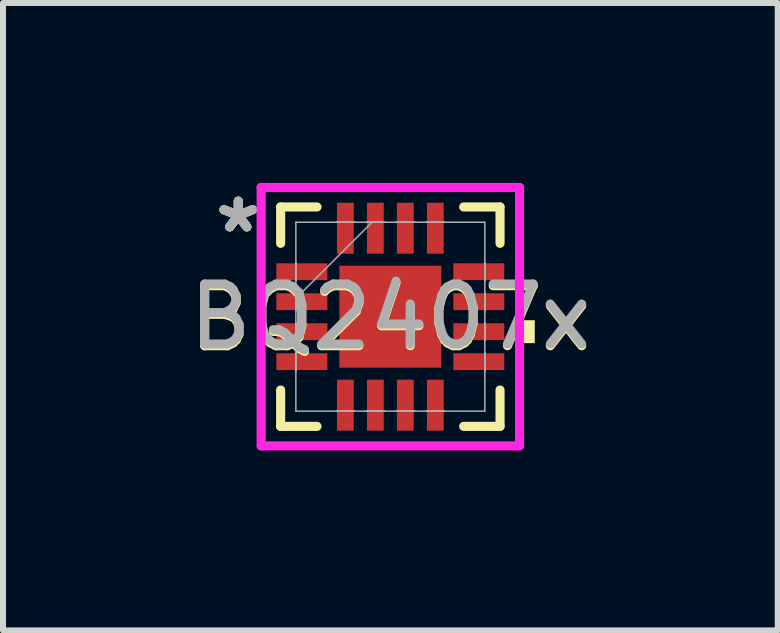
<source format=kicad_pcb>
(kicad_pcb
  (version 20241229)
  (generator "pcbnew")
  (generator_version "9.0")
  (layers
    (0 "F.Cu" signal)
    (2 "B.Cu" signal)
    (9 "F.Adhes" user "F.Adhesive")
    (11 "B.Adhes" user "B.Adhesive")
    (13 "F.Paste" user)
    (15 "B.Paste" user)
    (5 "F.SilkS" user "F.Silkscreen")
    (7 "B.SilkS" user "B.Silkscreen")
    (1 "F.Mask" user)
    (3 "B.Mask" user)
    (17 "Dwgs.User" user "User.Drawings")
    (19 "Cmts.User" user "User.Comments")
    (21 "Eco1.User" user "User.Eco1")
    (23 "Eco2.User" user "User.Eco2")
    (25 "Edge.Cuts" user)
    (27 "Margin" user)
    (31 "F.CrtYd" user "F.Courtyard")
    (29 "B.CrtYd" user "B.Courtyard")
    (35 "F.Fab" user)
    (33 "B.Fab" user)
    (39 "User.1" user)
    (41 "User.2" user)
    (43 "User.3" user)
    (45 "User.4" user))
  (footprint "BQ2407x"
    (layer "F.Cu")
    (at 3.458 2.23)
    (property "Reference" "BQ2407x" (at 0 0.03 0) (unlocked yes) (layer "F.SilkS") (effects (font (size 1 1) (thickness 0.15))))
    (attr smd)
    (fp_poly (pts (xy -1.97 -0.96) (xy -1.97 -0.54) (xy -0.98 -0.54) (xy -0.98 -0.96)) (stroke (width 0) (type solid)) (fill yes) (layer "F.Mask"))
    (fp_poly (pts (xy -1.97 -0.46) (xy -1.97 -0.04) (xy -0.98 -0.04) (xy -0.98 -0.46)) (stroke (width 0) (type solid)) (fill yes) (layer "F.Mask"))
    (fp_poly (pts (xy -1.97 0.04) (xy -1.97 0.46) (xy -0.98 0.46) (xy -0.98 0.04)) (stroke (width 0) (type solid)) (fill yes) (layer "F.Mask"))
    (fp_poly (pts (xy -1.97 0.54) (xy -1.97 0.96) (xy -0.98 0.96) (xy -0.98 0.54)) (stroke (width 0) (type solid)) (fill yes) (layer "F.Mask"))
    (fp_poly (pts (xy -0.96 -1.97) (xy -0.96 -0.98) (xy -0.541 -0.98) (xy -0.541 -1.97)) (stroke (width 0) (type solid)) (fill yes) (layer "F.Mask"))
    (fp_poly (pts (xy -0.96 0.98) (xy -0.96 1.97) (xy -0.541 1.97) (xy -0.541 0.98)) (stroke (width 0) (type solid)) (fill yes) (layer "F.Mask"))
    (fp_poly (pts (xy -0.913 -0.913) (xy -0.594 -0.913) (xy -0.594 0.913) (xy -0.913 0.913)) (stroke (width 0) (type solid)) (fill yes) (layer "F.Mask"))
    (fp_poly (pts (xy -0.913 -0.913) (xy 0.913 -0.913) (xy 0.913 -0.594) (xy -0.913 -0.594)) (stroke (width 0) (type solid)) (fill yes) (layer "F.Mask"))
    (fp_poly (pts (xy -0.913 -0.194) (xy 0.913 -0.194) (xy 0.913 0.194) (xy -0.913 0.194)) (stroke (width 0) (type solid)) (fill yes) (layer "F.Mask"))
    (fp_poly (pts (xy -0.913 0.594) (xy 0.913 0.594) (xy 0.913 0.913) (xy -0.913 0.913)) (stroke (width 0) (type solid)) (fill yes) (layer "F.Mask"))
    (fp_poly (pts (xy -0.46 -1.97) (xy -0.46 -0.98) (xy -0.04 -0.98) (xy -0.04 -1.97)) (stroke (width 0) (type solid)) (fill yes) (layer "F.Mask"))
    (fp_poly (pts (xy -0.46 0.98) (xy -0.46 1.97) (xy -0.04 1.97) (xy -0.04 0.98)) (stroke (width 0) (type solid)) (fill yes) (layer "F.Mask"))
    (fp_poly (pts (xy 0.04 -1.97) (xy 0.04 -0.98) (xy 0.46 -0.98) (xy 0.46 -1.97)) (stroke (width 0) (type solid)) (fill yes) (layer "F.Mask"))
    (fp_poly (pts (xy 0.04 0.98) (xy 0.04 1.97) (xy 0.46 1.97) (xy 0.46 0.98)) (stroke (width 0) (type solid)) (fill yes) (layer "F.Mask"))
    (fp_poly (pts (xy 0.194 -0.913) (xy -0.194 -0.913) (xy -0.194 0.913) (xy 0.194 0.913)) (stroke (width 0) (type solid)) (fill yes) (layer "F.Mask"))
    (fp_poly (pts (xy 0.541 -1.97) (xy 0.541 -0.98) (xy 0.96 -0.98) (xy 0.96 -1.97)) (stroke (width 0) (type solid)) (fill yes) (layer "F.Mask"))
    (fp_poly (pts (xy 0.541 0.98) (xy 0.541 1.97) (xy 0.96 1.97) (xy 0.96 0.98)) (stroke (width 0) (type solid)) (fill yes) (layer "F.Mask"))
    (fp_poly (pts (xy 0.594 -0.913) (xy 0.913 -0.913) (xy 0.913 0.913) (xy 0.594 0.913)) (stroke (width 0) (type solid)) (fill yes) (layer "F.Mask"))
    (fp_poly (pts (xy 0.98 -0.96) (xy 0.98 -0.54) (xy 1.97 -0.54) (xy 1.97 -0.96)) (stroke (width 0) (type solid)) (fill yes) (layer "F.Mask"))
    (fp_poly (pts (xy 0.98 -0.46) (xy 0.98 -0.04) (xy 1.97 -0.04) (xy 1.97 -0.46)) (stroke (width 0) (type solid)) (fill yes) (layer "F.Mask"))
    (fp_poly (pts (xy 0.98 0.04) (xy 0.98 0.46) (xy 1.97 0.46) (xy 1.97 0.04)) (stroke (width 0) (type solid)) (fill yes) (layer "F.Mask"))
    (fp_poly (pts (xy 0.98 0.54) (xy 0.98 0.96) (xy 1.97 0.96) (xy 1.97 0.54)) (stroke (width 0) (type solid)) (fill yes) (layer "F.Mask"))
    (fp_line (start -1.829 -1.829) (end -1.829 -1.223) (stroke (width 0.152) (type solid)) (layer "F.SilkS"))
    (fp_line (start -1.829 1.223) (end -1.829 1.829) (stroke (width 0.152) (type solid)) (layer "F.SilkS"))
    (fp_line (start -1.829 1.829) (end -1.223 1.829) (stroke (width 0.152) (type solid)) (layer "F.SilkS"))
    (fp_line (start -1.223 -1.829) (end -1.829 -1.829) (stroke (width 0.152) (type solid)) (layer "F.SilkS"))
    (fp_line (start 1.223 1.829) (end 1.829 1.829) (stroke (width 0.152) (type solid)) (layer "F.SilkS"))
    (fp_line (start 1.829 -1.829) (end 1.223 -1.829) (stroke (width 0.152) (type solid)) (layer "F.SilkS"))
    (fp_line (start 1.829 -1.223) (end 1.829 -1.829) (stroke (width 0.152) (type solid)) (layer "F.SilkS"))
    (fp_line (start 1.829 1.829) (end 1.829 1.223) (stroke (width 0.152) (type solid)) (layer "F.SilkS"))
    (fp_poly (pts (xy 2.408 0.059) (xy 2.408 0.441) (xy 2.154 0.441) (xy 2.154 0.059)) (stroke (width 0) (type solid)) (fill yes) (layer "F.SilkS"))
    (fp_poly (pts (xy -1.875 -0.865) (xy -1.875 -0.635) (xy -1.075 -0.635) (xy -1.075 -0.865)) (stroke (width 0) (type solid)) (fill yes) (layer "F.Paste"))
    (fp_poly (pts (xy -1.875 -0.365) (xy -1.875 -0.135) (xy -1.075 -0.135) (xy -1.075 -0.365)) (stroke (width 0) (type solid)) (fill yes) (layer "F.Paste"))
    (fp_poly (pts (xy -1.875 0.135) (xy -1.875 0.365) (xy -1.075 0.365) (xy -1.075 0.135)) (stroke (width 0) (type solid)) (fill yes) (layer "F.Paste"))
    (fp_poly (pts (xy -1.875 0.635) (xy -1.875 0.865) (xy -1.075 0.865) (xy -1.075 0.635)) (stroke (width 0) (type solid)) (fill yes) (layer "F.Paste"))
    (fp_poly (pts (xy -0.865 -1.875) (xy -0.865 -1.075) (xy -0.635 -1.075) (xy -0.635 -1.875)) (stroke (width 0) (type solid)) (fill yes) (layer "F.Paste"))
    (fp_poly (pts (xy -0.865 1.075) (xy -0.865 1.875) (xy -0.635 1.875) (xy -0.635 1.075)) (stroke (width 0) (type solid)) (fill yes) (layer "F.Paste"))
    (fp_poly (pts (xy -0.365 -1.875) (xy -0.365 -1.075) (xy -0.135 -1.075) (xy -0.135 -1.875)) (stroke (width 0) (type solid)) (fill yes) (layer "F.Paste"))
    (fp_poly (pts (xy -0.365 1.075) (xy -0.365 1.875) (xy -0.135 1.875) (xy -0.135 1.075)) (stroke (width 0) (type solid)) (fill yes) (layer "F.Paste"))
    (fp_poly (pts (xy 0.135 -1.875) (xy 0.135 -1.075) (xy 0.365 -1.075) (xy 0.365 -1.875)) (stroke (width 0) (type solid)) (fill yes) (layer "F.Paste"))
    (fp_poly (pts (xy 0.135 1.075) (xy 0.135 1.875) (xy 0.365 1.875) (xy 0.365 1.075)) (stroke (width 0) (type solid)) (fill yes) (layer "F.Paste"))
    (fp_poly (pts (xy 0.635 -1.875) (xy 0.635 -1.075) (xy 0.865 -1.075) (xy 0.865 -1.875)) (stroke (width 0) (type solid)) (fill yes) (layer "F.Paste"))
    (fp_poly (pts (xy 0.635 1.075) (xy 0.635 1.875) (xy 0.865 1.875) (xy 0.865 1.075)) (stroke (width 0) (type solid)) (fill yes) (layer "F.Paste"))
    (fp_poly (pts (xy 1.075 -0.865) (xy 1.075 -0.635) (xy 1.875 -0.635) (xy 1.875 -0.865)) (stroke (width 0) (type solid)) (fill yes) (layer "F.Paste"))
    (fp_poly (pts (xy 1.075 -0.365) (xy 1.075 -0.135) (xy 1.875 -0.135) (xy 1.875 -0.365)) (stroke (width 0) (type solid)) (fill yes) (layer "F.Paste"))
    (fp_poly (pts (xy 1.075 0.135) (xy 1.075 0.365) (xy 1.875 0.365) (xy 1.875 0.135)) (stroke (width 0) (type solid)) (fill yes) (layer "F.Paste"))
    (fp_poly (pts (xy 1.075 0.635) (xy 1.075 0.865) (xy 1.875 0.865) (xy 1.875 0.635)) (stroke (width 0) (type solid)) (fill yes) (layer "F.Paste"))
    (fp_poly (pts (xy -0.775 -0.775) (xy -0.775 -0.494) (xy -0.635 -0.494) (xy -0.494 -0.635) (xy -0.494 -0.775)) (stroke (width 0) (type solid)) (fill yes) (layer "F.Paste"))
    (fp_poly (pts (xy -0.775 0.494) (xy -0.775 0.775) (xy -0.494 0.775) (xy -0.494 0.635) (xy -0.635 0.494)) (stroke (width 0) (type solid)) (fill yes) (layer "F.Paste"))
    (fp_poly (pts (xy 0.494 -0.775) (xy 0.494 -0.635) (xy 0.635 -0.494) (xy 0.775 -0.494) (xy 0.775 -0.775)) (stroke (width 0) (type solid)) (fill yes) (layer "F.Paste"))
    (fp_poly (pts (xy 0.635 0.494) (xy 0.494 0.635) (xy 0.494 0.775) (xy 0.775 0.775) (xy 0.775 0.494)) (stroke (width 0) (type solid)) (fill yes) (layer "F.Paste"))
    (fp_poly (pts (xy -0.775 -0.294) (xy -0.775 0.294) (xy -0.635 0.294) (xy -0.494 0.152) (xy -0.494 -0.152) (xy -0.635 -0.294)) (stroke (width 0) (type solid)) (fill yes) (layer "F.Paste"))
    (fp_poly (pts (xy -0.294 -0.775) (xy -0.294 -0.635) (xy -0.152 -0.494) (xy 0.152 -0.494) (xy 0.294 -0.635) (xy 0.294 -0.775)) (stroke (width 0) (type solid)) (fill yes) (layer "F.Paste"))
    (fp_poly (pts (xy -0.152 0.494) (xy -0.294 0.635) (xy -0.294 0.775) (xy 0.294 0.775) (xy 0.294 0.635) (xy 0.152 0.494)) (stroke (width 0) (type solid)) (fill yes) (layer "F.Paste"))
    (fp_poly (pts (xy 0.635 -0.294) (xy 0.494 -0.152) (xy 0.494 0.152) (xy 0.635 0.294) (xy 0.775 0.294) (xy 0.775 -0.294)) (stroke (width 0) (type solid)) (fill yes) (layer "F.Paste"))
    (fp_poly (pts (xy -0.152 -0.294) (xy -0.294 -0.152) (xy -0.294 0.152) (xy -0.152 0.294) (xy 0.152 0.294) (xy 0.294 0.152) (xy 0.294 -0.152) (xy 0.152 -0.294)) (stroke (width 0) (type solid)) (fill yes) (layer "F.Paste"))
    (fp_line (start -2.154 -2.154) (end 2.154 -2.154) (stroke (width 0.152) (type solid)) (layer "F.CrtYd"))
    (fp_line (start -2.154 2.154) (end -2.154 -2.154) (stroke (width 0.152) (type solid)) (layer "F.CrtYd"))
    (fp_line (start 2.154 -2.154) (end 2.154 2.154) (stroke (width 0.152) (type solid)) (layer "F.CrtYd"))
    (fp_line (start 2.154 2.154) (end -2.154 2.154) (stroke (width 0.152) (type solid)) (layer "F.CrtYd"))
    (fp_line (start -1.575 -1.575) (end -1.575 1.575) (stroke (width 0.025) (type solid)) (layer "F.Fab"))
    (fp_line (start -1.575 -0.9) (end -1.575 -0.9) (stroke (width 0.025) (type solid)) (layer "F.Fab"))
    (fp_line (start -1.575 -0.9) (end -1.575 -0.6) (stroke (width 0.025) (type solid)) (layer "F.Fab"))
    (fp_line (start -1.575 -0.6) (end -1.575 -0.9) (stroke (width 0.025) (type solid)) (layer "F.Fab"))
    (fp_line (start -1.575 -0.6) (end -1.575 -0.6) (stroke (width 0.025) (type solid)) (layer "F.Fab"))
    (fp_line (start -1.575 -0.4) (end -1.575 -0.4) (stroke (width 0.025) (type solid)) (layer "F.Fab"))
    (fp_line (start -1.575 -0.4) (end -1.575 -0.1) (stroke (width 0.025) (type solid)) (layer "F.Fab"))
    (fp_line (start -1.575 -0.305) (end -0.305 -1.575) (stroke (width 0.025) (type solid)) (layer "F.Fab"))
    (fp_line (start -1.575 -0.1) (end -1.575 -0.4) (stroke (width 0.025) (type solid)) (layer "F.Fab"))
    (fp_line (start -1.575 -0.1) (end -1.575 -0.1) (stroke (width 0.025) (type solid)) (layer "F.Fab"))
    (fp_line (start -1.575 0.1) (end -1.575 0.1) (stroke (width 0.025) (type solid)) (layer "F.Fab"))
    (fp_line (start -1.575 0.1) (end -1.575 0.4) (stroke (width 0.025) (type solid)) (layer "F.Fab"))
    (fp_line (start -1.575 0.4) (end -1.575 0.1) (stroke (width 0.025) (type solid)) (layer "F.Fab"))
    (fp_line (start -1.575 0.4) (end -1.575 0.4) (stroke (width 0.025) (type solid)) (layer "F.Fab"))
    (fp_line (start -1.575 0.6) (end -1.575 0.6) (stroke (width 0.025) (type solid)) (layer "F.Fab"))
    (fp_line (start -1.575 0.6) (end -1.575 0.9) (stroke (width 0.025) (type solid)) (layer "F.Fab"))
    (fp_line (start -1.575 0.9) (end -1.575 0.6) (stroke (width 0.025) (type solid)) (layer "F.Fab"))
    (fp_line (start -1.575 0.9) (end -1.575 0.9) (stroke (width 0.025) (type solid)) (layer "F.Fab"))
    (fp_line (start -1.575 1.575) (end 1.575 1.575) (stroke (width 0.025) (type solid)) (layer "F.Fab"))
    (fp_line (start -0.9 -1.575) (end -0.9 -1.575) (stroke (width 0.025) (type solid)) (layer "F.Fab"))
    (fp_line (start -0.9 -1.575) (end -0.6 -1.575) (stroke (width 0.025) (type solid)) (layer "F.Fab"))
    (fp_line (start -0.9 1.575) (end -0.9 1.575) (stroke (width 0.025) (type solid)) (layer "F.Fab"))
    (fp_line (start -0.9 1.575) (end -0.6 1.575) (stroke (width 0.025) (type solid)) (layer "F.Fab"))
    (fp_line (start -0.6 -1.575) (end -0.9 -1.575) (stroke (width 0.025) (type solid)) (layer "F.Fab"))
    (fp_line (start -0.6 -1.575) (end -0.6 -1.575) (stroke (width 0.025) (type solid)) (layer "F.Fab"))
    (fp_line (start -0.6 1.575) (end -0.9 1.575) (stroke (width 0.025) (type solid)) (layer "F.Fab"))
    (fp_line (start -0.6 1.575) (end -0.6 1.575) (stroke (width 0.025) (type solid)) (layer "F.Fab"))
    (fp_line (start -0.4 -1.575) (end -0.4 -1.575) (stroke (width 0.025) (type solid)) (layer "F.Fab"))
    (fp_line (start -0.4 -1.575) (end -0.1 -1.575) (stroke (width 0.025) (type solid)) (layer "F.Fab"))
    (fp_line (start -0.4 1.575) (end -0.4 1.575) (stroke (width 0.025) (type solid)) (layer "F.Fab"))
    (fp_line (start -0.4 1.575) (end -0.1 1.575) (stroke (width 0.025) (type solid)) (layer "F.Fab"))
    (fp_line (start -0.1 -1.575) (end -0.4 -1.575) (stroke (width 0.025) (type solid)) (layer "F.Fab"))
    (fp_line (start -0.1 -1.575) (end -0.1 -1.575) (stroke (width 0.025) (type solid)) (layer "F.Fab"))
    (fp_line (start -0.1 1.575) (end -0.4 1.575) (stroke (width 0.025) (type solid)) (layer "F.Fab"))
    (fp_line (start -0.1 1.575) (end -0.1 1.575) (stroke (width 0.025) (type solid)) (layer "F.Fab"))
    (fp_line (start 0.1 -1.575) (end 0.1 -1.575) (stroke (width 0.025) (type solid)) (layer "F.Fab"))
    (fp_line (start 0.1 -1.575) (end 0.4 -1.575) (stroke (width 0.025) (type solid)) (layer "F.Fab"))
    (fp_line (start 0.1 1.575) (end 0.1 1.575) (stroke (width 0.025) (type solid)) (layer "F.Fab"))
    (fp_line (start 0.1 1.575) (end 0.4 1.575) (stroke (width 0.025) (type solid)) (layer "F.Fab"))
    (fp_line (start 0.4 -1.575) (end 0.1 -1.575) (stroke (width 0.025) (type solid)) (layer "F.Fab"))
    (fp_line (start 0.4 -1.575) (end 0.4 -1.575) (stroke (width 0.025) (type solid)) (layer "F.Fab"))
    (fp_line (start 0.4 1.575) (end 0.1 1.575) (stroke (width 0.025) (type solid)) (layer "F.Fab"))
    (fp_line (start 0.4 1.575) (end 0.4 1.575) (stroke (width 0.025) (type solid)) (layer "F.Fab"))
    (fp_line (start 0.6 -1.575) (end 0.6 -1.575) (stroke (width 0.025) (type solid)) (layer "F.Fab"))
    (fp_line (start 0.6 -1.575) (end 0.9 -1.575) (stroke (width 0.025) (type solid)) (layer "F.Fab"))
    (fp_line (start 0.6 1.575) (end 0.6 1.575) (stroke (width 0.025) (type solid)) (layer "F.Fab"))
    (fp_line (start 0.6 1.575) (end 0.9 1.575) (stroke (width 0.025) (type solid)) (layer "F.Fab"))
    (fp_line (start 0.9 -1.575) (end 0.6 -1.575) (stroke (width 0.025) (type solid)) (layer "F.Fab"))
    (fp_line (start 0.9 -1.575) (end 0.9 -1.575) (stroke (width 0.025) (type solid)) (layer "F.Fab"))
    (fp_line (start 0.9 1.575) (end 0.6 1.575) (stroke (width 0.025) (type solid)) (layer "F.Fab"))
    (fp_line (start 0.9 1.575) (end 0.9 1.575) (stroke (width 0.025) (type solid)) (layer "F.Fab"))
    (fp_line (start 1.575 -1.575) (end -1.575 -1.575) (stroke (width 0.025) (type solid)) (layer "F.Fab"))
    (fp_line (start 1.575 -0.9) (end 1.575 -0.9) (stroke (width 0.025) (type solid)) (layer "F.Fab"))
    (fp_line (start 1.575 -0.9) (end 1.575 -0.6) (stroke (width 0.025) (type solid)) (layer "F.Fab"))
    (fp_line (start 1.575 -0.6) (end 1.575 -0.9) (stroke (width 0.025) (type solid)) (layer "F.Fab"))
    (fp_line (start 1.575 -0.6) (end 1.575 -0.6) (stroke (width 0.025) (type solid)) (layer "F.Fab"))
    (fp_line (start 1.575 -0.4) (end 1.575 -0.4) (stroke (width 0.025) (type solid)) (layer "F.Fab"))
    (fp_line (start 1.575 -0.4) (end 1.575 -0.1) (stroke (width 0.025) (type solid)) (layer "F.Fab"))
    (fp_line (start 1.575 -0.1) (end 1.575 -0.4) (stroke (width 0.025) (type solid)) (layer "F.Fab"))
    (fp_line (start 1.575 -0.1) (end 1.575 -0.1) (stroke (width 0.025) (type solid)) (layer "F.Fab"))
    (fp_line (start 1.575 0.1) (end 1.575 0.1) (stroke (width 0.025) (type solid)) (layer "F.Fab"))
    (fp_line (start 1.575 0.1) (end 1.575 0.4) (stroke (width 0.025) (type solid)) (layer "F.Fab"))
    (fp_line (start 1.575 0.4) (end 1.575 0.1) (stroke (width 0.025) (type solid)) (layer "F.Fab"))
    (fp_line (start 1.575 0.4) (end 1.575 0.4) (stroke (width 0.025) (type solid)) (layer "F.Fab"))
    (fp_line (start 1.575 0.6) (end 1.575 0.6) (stroke (width 0.025) (type solid)) (layer "F.Fab"))
    (fp_line (start 1.575 0.6) (end 1.575 0.9) (stroke (width 0.025) (type solid)) (layer "F.Fab"))
    (fp_line (start 1.575 0.9) (end 1.575 0.6) (stroke (width 0.025) (type solid)) (layer "F.Fab"))
    (fp_line (start 1.575 0.9) (end 1.575 0.9) (stroke (width 0.025) (type solid)) (layer "F.Fab"))
    (fp_line (start 1.575 1.575) (end 1.575 -1.575) (stroke (width 0.025) (type solid)) (layer "F.Fab"))
    (fp_text user "*" (at -2.535 -1.381 0) (layer "F.SilkS") (effects (font (size 1 1) (thickness 0.15))))
    (fp_text user "*" (at -2.535 -1.381 0) (unlocked yes) (layer "F.SilkS") (effects (font (size 1 1) (thickness 0.15))))
    (fp_text user "*" (at -2.535 -1.381 0) (unlocked yes) (layer "F.Fab") (effects (font (size 1 1) (thickness 0.15))))
    (fp_text user "${REFERENCE}" (at 0 0 0) (unlocked yes) (layer "F.Fab") (effects (font (size 1 1) (thickness 0.15))))
    (fp_text user "*" (at -2.535 -1.381 0) (layer "F.Fab") (effects (font (size 1 1) (thickness 0.15))))
    (pad "1" smd rect (at -1.475 -0.75 90) (size 0.28 0.85) (layers "F.Cu" "F.Mask"))
    (pad "2" smd rect (at -1.475 -0.25 90) (size 0.28 0.85) (layers "F.Cu" "F.Mask"))
    (pad "3" smd rect (at -1.475 0.25 90) (size 0.28 0.85) (layers "F.Cu" "F.Mask"))
    (pad "4" smd rect (at -1.475 0.75 90) (size 0.28 0.85) (layers "F.Cu" "F.Mask"))
    (pad "5" smd rect (at -0.75 1.475) (size 0.28 0.85) (layers "F.Cu" "F.Mask"))
    (pad "6" smd rect (at -0.25 1.475) (size 0.28 0.85) (layers "F.Cu" "F.Mask"))
    (pad "7" smd rect (at 0.25 1.475) (size 0.28 0.85) (layers "F.Cu" "F.Mask"))
    (pad "8" smd rect (at 0.75 1.475) (size 0.28 0.85) (layers "F.Cu" "F.Mask"))
    (pad "9" smd rect (at 1.475 0.75 90) (size 0.28 0.85) (layers "F.Cu" "F.Mask"))
    (pad "10" smd rect (at 1.475 0.25 90) (size 0.28 0.85) (layers "F.Cu" "F.Mask"))
    (pad "11" smd rect (at 1.475 -0.25 90) (size 0.28 0.85) (layers "F.Cu" "F.Mask"))
    (pad "12" smd rect (at 1.475 -0.75 90) (size 0.28 0.85) (layers "F.Cu" "F.Mask"))
    (pad "13" smd rect (at 0.75 -1.475) (size 0.28 0.85) (layers "F.Cu" "F.Mask"))
    (pad "14" smd rect (at 0.25 -1.475) (size 0.28 0.85) (layers "F.Cu" "F.Mask"))
    (pad "15" smd rect (at -0.25 -1.475) (size 0.28 0.85) (layers "F.Cu" "F.Mask"))
    (pad "16" smd rect (at -0.75 -1.475) (size 0.28 0.85) (layers "F.Cu" "F.Mask"))
    (pad "17" smd rect (at 0 0) (size 1.7 1.7) (layers "F.Cu")))
  (gr_rect
    (start -3 -3)
    (end 9.917 7.46)
    (stroke (width 0.1) (type default))
    (fill no)
    (layer "Edge.Cuts")))
</source>
